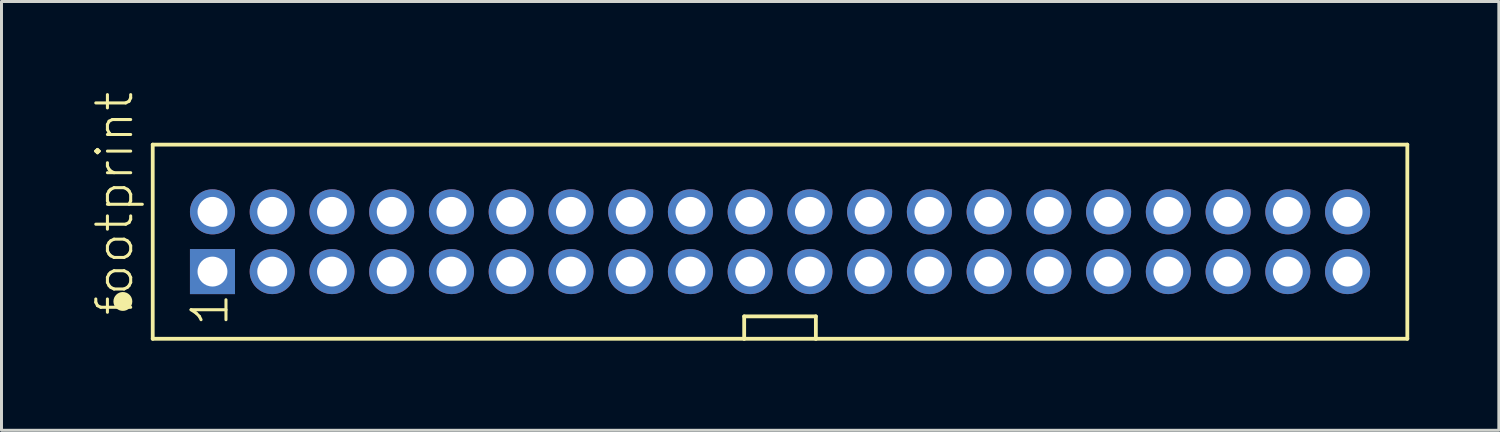
<source format=kicad_pcb>
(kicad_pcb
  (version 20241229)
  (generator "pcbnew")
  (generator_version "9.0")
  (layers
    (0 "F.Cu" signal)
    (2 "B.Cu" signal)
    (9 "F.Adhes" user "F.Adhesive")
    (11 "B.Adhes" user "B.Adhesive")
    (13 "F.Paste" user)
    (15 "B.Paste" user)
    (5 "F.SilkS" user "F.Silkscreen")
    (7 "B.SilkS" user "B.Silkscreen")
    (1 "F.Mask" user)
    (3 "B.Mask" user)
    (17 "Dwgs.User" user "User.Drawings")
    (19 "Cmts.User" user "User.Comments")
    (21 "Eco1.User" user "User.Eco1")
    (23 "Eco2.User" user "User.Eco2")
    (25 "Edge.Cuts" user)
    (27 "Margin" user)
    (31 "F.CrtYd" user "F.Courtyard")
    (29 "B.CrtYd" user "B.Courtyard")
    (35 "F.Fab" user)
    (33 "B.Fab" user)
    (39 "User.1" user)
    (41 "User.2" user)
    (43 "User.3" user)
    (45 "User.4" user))
  (footprint "footprint"
    (layer "F.Cu")
    (at 23.063 5.042)
    (property "Reference" "footprint" (at -21.59 2.54 90) (layer "F.SilkS") (effects (font (size 1.168 1.168) (thickness 0.102)) (justify left bottom)))
    (fp_line (start -21 -3.25) (end 21 -3.25) (stroke (width 0.127) (type solid)) (layer "F.SilkS"))
    (fp_line (start -21 3.25) (end -21 -3.25) (stroke (width 0.127) (type solid)) (layer "F.SilkS"))
    (fp_line (start -21 3.25) (end -1.2 3.25) (stroke (width 0.127) (type solid)) (layer "F.SilkS"))
    (fp_line (start -1.2 2.5) (end 1.2 2.5) (stroke (width 0.127) (type solid)) (layer "F.SilkS"))
    (fp_line (start -1.2 3.25) (end -1.2 2.5) (stroke (width 0.127) (type solid)) (layer "F.SilkS"))
    (fp_line (start -1.2 3.25) (end 1.2 3.25) (stroke (width 0.127) (type solid)) (layer "F.SilkS"))
    (fp_line (start 1.2 2.5) (end 1.2 3.25) (stroke (width 0.127) (type solid)) (layer "F.SilkS"))
    (fp_line (start 1.2 3.25) (end 21 3.25) (stroke (width 0.127) (type solid)) (layer "F.SilkS"))
    (fp_line (start 21 3.25) (end 21 -3.25) (stroke (width 0.127) (type solid)) (layer "F.SilkS"))
    (fp_circle (center -22 2) (end -21.842 2) (stroke (width 0.316) (type solid)) (fill yes) (layer "F.SilkS"))
    (fp_text user "1" (at -18.4 2.9 90) (layer "F.SilkS") (effects (font (size 1.168 1.168) (thickness 0.102)) (justify left bottom)))
    (pad "1" thru_hole rect (at -19 1) (size 1.508 1.508) (drill 1) (layers "*.Cu" "*.Mask"))
    (pad "2" thru_hole circle (at -19 -1) (size 1.508 1.508) (drill 1) (layers "*.Cu" "*.Mask"))
    (pad "3" thru_hole circle (at -17 1) (size 1.508 1.508) (drill 1) (layers "*.Cu" "*.Mask"))
    (pad "4" thru_hole circle (at -17 -1) (size 1.508 1.508) (drill 1) (layers "*.Cu" "*.Mask"))
    (pad "5" thru_hole circle (at -15 1) (size 1.508 1.508) (drill 1) (layers "*.Cu" "*.Mask"))
    (pad "6" thru_hole circle (at -15 -1) (size 1.508 1.508) (drill 1) (layers "*.Cu" "*.Mask"))
    (pad "7" thru_hole circle (at -13 1) (size 1.508 1.508) (drill 1) (layers "*.Cu" "*.Mask"))
    (pad "8" thru_hole circle (at -13 -1) (size 1.508 1.508) (drill 1) (layers "*.Cu" "*.Mask"))
    (pad "9" thru_hole circle (at -11 1) (size 1.508 1.508) (drill 1) (layers "*.Cu" "*.Mask"))
    (pad "10" thru_hole circle (at -11 -1) (size 1.508 1.508) (drill 1) (layers "*.Cu" "*.Mask"))
    (pad "11" thru_hole circle (at -9 1) (size 1.508 1.508) (drill 1) (layers "*.Cu" "*.Mask"))
    (pad "12" thru_hole circle (at -9 -1) (size 1.508 1.508) (drill 1) (layers "*.Cu" "*.Mask"))
    (pad "13" thru_hole circle (at -7 1) (size 1.508 1.508) (drill 1) (layers "*.Cu" "*.Mask"))
    (pad "14" thru_hole circle (at -7 -1) (size 1.508 1.508) (drill 1) (layers "*.Cu" "*.Mask"))
    (pad "15" thru_hole circle (at -5 1) (size 1.508 1.508) (drill 1) (layers "*.Cu" "*.Mask"))
    (pad "16" thru_hole circle (at -5 -1) (size 1.508 1.508) (drill 1) (layers "*.Cu" "*.Mask"))
    (pad "17" thru_hole circle (at -3 1) (size 1.508 1.508) (drill 1) (layers "*.Cu" "*.Mask"))
    (pad "18" thru_hole circle (at -3 -1) (size 1.508 1.508) (drill 1) (layers "*.Cu" "*.Mask"))
    (pad "19" thru_hole circle (at -1 1) (size 1.508 1.508) (drill 1) (layers "*.Cu" "*.Mask"))
    (pad "20" thru_hole circle (at -1 -1) (size 1.508 1.508) (drill 1) (layers "*.Cu" "*.Mask"))
    (pad "21" thru_hole circle (at 1 1) (size 1.508 1.508) (drill 1) (layers "*.Cu" "*.Mask"))
    (pad "22" thru_hole circle (at 1 -1) (size 1.508 1.508) (drill 1) (layers "*.Cu" "*.Mask"))
    (pad "23" thru_hole circle (at 3 1) (size 1.508 1.508) (drill 1) (layers "*.Cu" "*.Mask"))
    (pad "24" thru_hole circle (at 3 -1) (size 1.508 1.508) (drill 1) (layers "*.Cu" "*.Mask"))
    (pad "25" thru_hole circle (at 5 1) (size 1.508 1.508) (drill 1) (layers "*.Cu" "*.Mask"))
    (pad "26" thru_hole circle (at 5 -1) (size 1.508 1.508) (drill 1) (layers "*.Cu" "*.Mask"))
    (pad "27" thru_hole circle (at 7 1) (size 1.508 1.508) (drill 1) (layers "*.Cu" "*.Mask"))
    (pad "28" thru_hole circle (at 7 -1) (size 1.508 1.508) (drill 1) (layers "*.Cu" "*.Mask"))
    (pad "29" thru_hole circle (at 9 1) (size 1.508 1.508) (drill 1) (layers "*.Cu" "*.Mask"))
    (pad "30" thru_hole circle (at 9 -1) (size 1.508 1.508) (drill 1) (layers "*.Cu" "*.Mask"))
    (pad "31" thru_hole circle (at 11 1) (size 1.508 1.508) (drill 1) (layers "*.Cu" "*.Mask"))
    (pad "32" thru_hole circle (at 11 -1) (size 1.508 1.508) (drill 1) (layers "*.Cu" "*.Mask"))
    (pad "33" thru_hole circle (at 13 1) (size 1.508 1.508) (drill 1) (layers "*.Cu" "*.Mask"))
    (pad "34" thru_hole circle (at 13 -1) (size 1.508 1.508) (drill 1) (layers "*.Cu" "*.Mask"))
    (pad "35" thru_hole circle (at 15 1) (size 1.508 1.508) (drill 1) (layers "*.Cu" "*.Mask"))
    (pad "36" thru_hole circle (at 15 -1) (size 1.508 1.508) (drill 1) (layers "*.Cu" "*.Mask"))
    (pad "37" thru_hole circle (at 17 1) (size 1.508 1.508) (drill 1) (layers "*.Cu" "*.Mask"))
    (pad "38" thru_hole circle (at 17 -1) (size 1.508 1.508) (drill 1) (layers "*.Cu" "*.Mask"))
    (pad "39" thru_hole circle (at 19 1) (size 1.508 1.508) (drill 1) (layers "*.Cu" "*.Mask"))
    (pad "40" thru_hole circle (at 19 -1) (size 1.508 1.508) (drill 1) (layers "*.Cu" "*.Mask")))
  (gr_rect
    (start -3 -3)
    (end 47.127 11.356)
    (stroke (width 0.1) (type default))
    (fill no)
    (layer "Edge.Cuts")))
</source>
